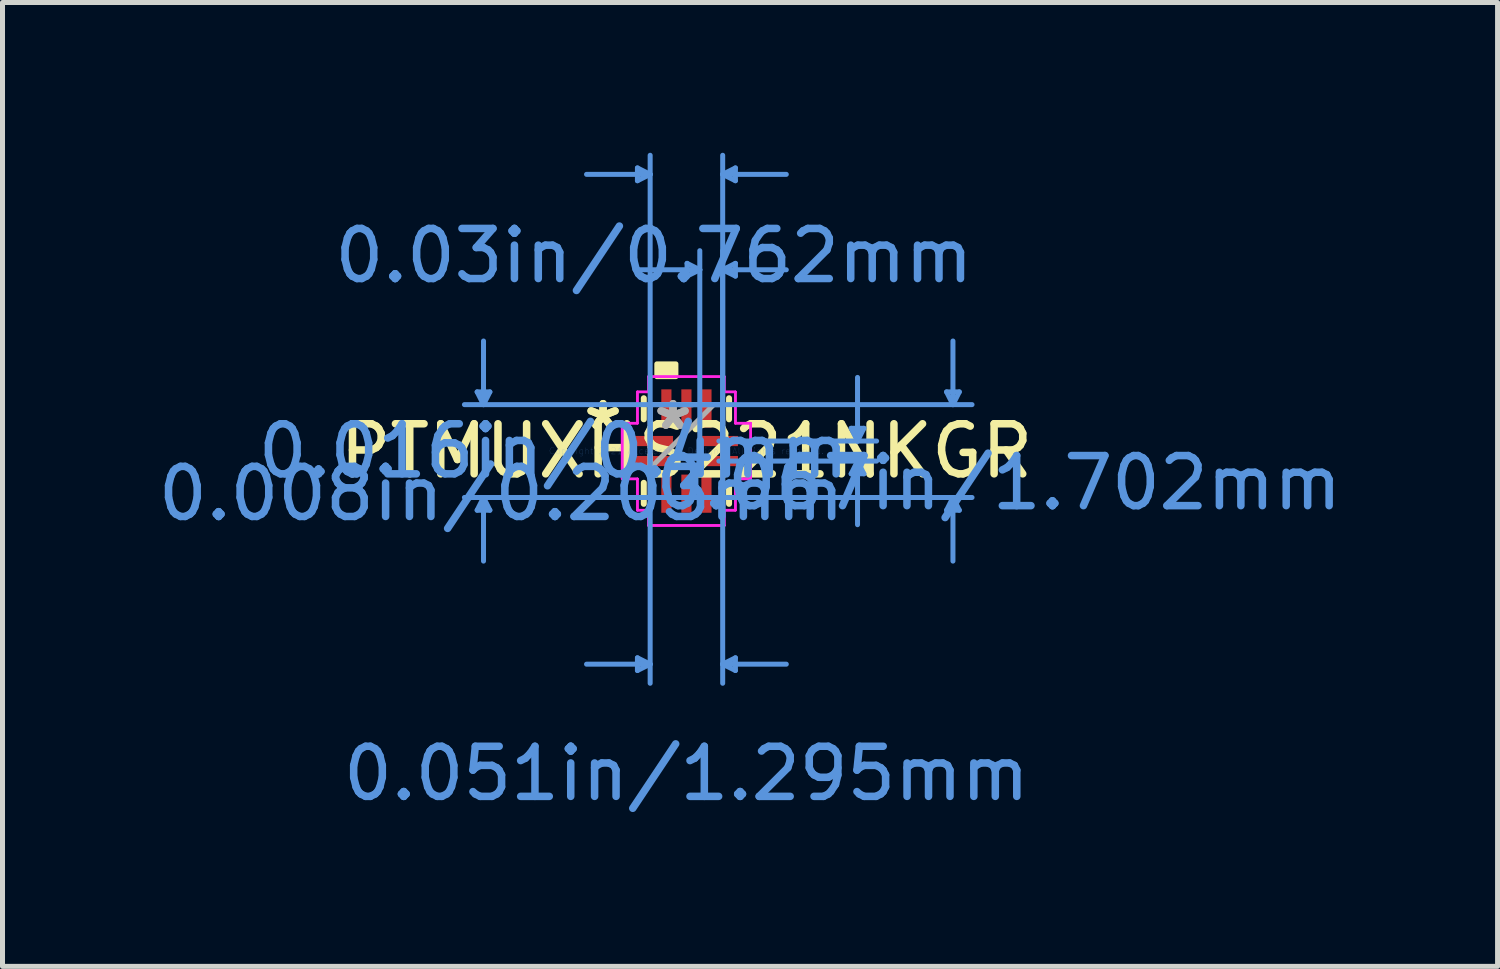
<source format=kicad_pcb>
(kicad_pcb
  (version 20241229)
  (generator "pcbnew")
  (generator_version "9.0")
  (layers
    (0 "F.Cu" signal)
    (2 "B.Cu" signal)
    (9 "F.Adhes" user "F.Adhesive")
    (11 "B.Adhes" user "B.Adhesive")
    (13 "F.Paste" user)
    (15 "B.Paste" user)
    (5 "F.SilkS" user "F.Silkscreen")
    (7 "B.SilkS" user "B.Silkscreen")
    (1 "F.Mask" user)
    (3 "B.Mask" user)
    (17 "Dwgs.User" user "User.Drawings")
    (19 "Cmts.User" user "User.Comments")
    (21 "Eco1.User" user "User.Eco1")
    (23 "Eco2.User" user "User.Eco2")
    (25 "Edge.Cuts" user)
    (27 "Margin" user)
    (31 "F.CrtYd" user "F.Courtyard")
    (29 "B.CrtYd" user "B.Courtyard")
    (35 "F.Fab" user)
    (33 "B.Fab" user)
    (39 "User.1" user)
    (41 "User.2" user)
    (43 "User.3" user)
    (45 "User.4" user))
  (footprint "PTMUXHS221NKGR"
    (layer "F.Cu")
    (at 10.654 5.955)
    (property "Reference" "PTMUXHS221NKGR" (at 0 0 0) (layer "F.SilkS") (effects (font (size 1 1) (thickness 0.15))))
    (attr through_hole)
    (fp_line (start -0.851 -1.054) (end -0.851 -0.634) (stroke (width 0.12) (type solid)) (layer "F.SilkS"))
    (fp_line (start -0.851 0.634) (end -0.851 1.054) (stroke (width 0.12) (type solid)) (layer "F.SilkS"))
    (fp_line (start 0.851 -0.634) (end 0.851 -1.054) (stroke (width 0.12) (type solid)) (layer "F.SilkS"))
    (fp_line (start 0.851 1.054) (end 0.851 0.634) (stroke (width 0.12) (type solid)) (layer "F.SilkS"))
    (fp_poly (pts (xy -0.591 -1.486) (xy -0.591 -1.74) (xy -0.21 -1.74) (xy -0.21 -1.486)) (stroke (width 0.1) (type solid)) (fill yes) (layer "F.SilkS"))
    (fp_line (start -4.178 -1.181) (end -3.924 -1.181) (stroke (width 0.1) (type solid)) (layer "Cmts.User"))
    (fp_line (start -4.178 1.181) (end -3.924 1.181) (stroke (width 0.1) (type solid)) (layer "Cmts.User"))
    (fp_line (start -4.051 -0.927) (end -4.178 -1.181) (stroke (width 0.1) (type solid)) (layer "Cmts.User"))
    (fp_line (start -4.051 -0.927) (end -4.051 -2.197) (stroke (width 0.1) (type solid)) (layer "Cmts.User"))
    (fp_line (start -4.051 -0.927) (end -3.924 -1.181) (stroke (width 0.1) (type solid)) (layer "Cmts.User"))
    (fp_line (start -4.051 0.927) (end -4.178 1.181) (stroke (width 0.1) (type solid)) (layer "Cmts.User"))
    (fp_line (start -4.051 0.927) (end -4.051 2.197) (stroke (width 0.1) (type solid)) (layer "Cmts.User"))
    (fp_line (start -4.051 0.927) (end -3.924 1.181) (stroke (width 0.1) (type solid)) (layer "Cmts.User"))
    (fp_line (start -0.978 -5.652) (end -0.978 -5.397) (stroke (width 0.1) (type solid)) (layer "Cmts.User"))
    (fp_line (start -0.978 4.128) (end -0.978 4.381) (stroke (width 0.1) (type solid)) (layer "Cmts.User"))
    (fp_line (start -0.724 -5.524) (end -1.994 -5.524) (stroke (width 0.1) (type solid)) (layer "Cmts.User"))
    (fp_line (start -0.724 -5.524) (end -0.978 -5.652) (stroke (width 0.1) (type solid)) (layer "Cmts.User"))
    (fp_line (start -0.724 -5.524) (end -0.978 -5.397) (stroke (width 0.1) (type solid)) (layer "Cmts.User"))
    (fp_line (start -0.724 -0.927) (end -0.724 4.636) (stroke (width 0.1) (type solid)) (layer "Cmts.User"))
    (fp_line (start -0.724 -0.2) (end -0.724 -5.905) (stroke (width 0.1) (type solid)) (layer "Cmts.User"))
    (fp_line (start -0.724 4.255) (end -1.994 4.255) (stroke (width 0.1) (type solid)) (layer "Cmts.User"))
    (fp_line (start -0.724 4.255) (end -0.978 4.128) (stroke (width 0.1) (type solid)) (layer "Cmts.User"))
    (fp_line (start -0.724 4.255) (end -0.978 4.381) (stroke (width 0.1) (type solid)) (layer "Cmts.User"))
    (fp_line (start 0.013 -3.747) (end 0.013 -3.493) (stroke (width 0.1) (type solid)) (layer "Cmts.User"))
    (fp_line (start 0.267 -3.619) (end -1.003 -3.619) (stroke (width 0.1) (type solid)) (layer "Cmts.User"))
    (fp_line (start 0.267 -3.619) (end 0.013 -3.747) (stroke (width 0.1) (type solid)) (layer "Cmts.User"))
    (fp_line (start 0.267 -3.619) (end 0.013 -3.493) (stroke (width 0.1) (type solid)) (layer "Cmts.User"))
    (fp_line (start 0.267 -0.2) (end 0.267 -4) (stroke (width 0.1) (type solid)) (layer "Cmts.User"))
    (fp_line (start 0.4 -0.927) (end 5.702 -0.927) (stroke (width 0.1) (type solid)) (layer "Cmts.User"))
    (fp_line (start 0.4 0.927) (end 5.702 0.927) (stroke (width 0.1) (type solid)) (layer "Cmts.User"))
    (fp_line (start 0.648 -0.2) (end 3.797 -0.2) (stroke (width 0.1) (type solid)) (layer "Cmts.User"))
    (fp_line (start 0.648 0.2) (end 3.797 0.2) (stroke (width 0.1) (type solid)) (layer "Cmts.User"))
    (fp_line (start 0.724 -5.524) (end 0.978 -5.652) (stroke (width 0.1) (type solid)) (layer "Cmts.User"))
    (fp_line (start 0.724 -5.524) (end 0.978 -5.397) (stroke (width 0.1) (type solid)) (layer "Cmts.User"))
    (fp_line (start 0.724 -5.524) (end 1.994 -5.524) (stroke (width 0.1) (type solid)) (layer "Cmts.User"))
    (fp_line (start 0.724 -3.619) (end 0.978 -3.747) (stroke (width 0.1) (type solid)) (layer "Cmts.User"))
    (fp_line (start 0.724 -3.619) (end 0.978 -3.493) (stroke (width 0.1) (type solid)) (layer "Cmts.User"))
    (fp_line (start 0.724 -3.619) (end 1.994 -3.619) (stroke (width 0.1) (type solid)) (layer "Cmts.User"))
    (fp_line (start 0.724 -0.927) (end -4.432 -0.927) (stroke (width 0.1) (type solid)) (layer "Cmts.User"))
    (fp_line (start 0.724 -0.927) (end 0.724 4.636) (stroke (width 0.1) (type solid)) (layer "Cmts.User"))
    (fp_line (start 0.724 -0.2) (end 0.724 -5.905) (stroke (width 0.1) (type solid)) (layer "Cmts.User"))
    (fp_line (start 0.724 -0.2) (end 0.724 -4) (stroke (width 0.1) (type solid)) (layer "Cmts.User"))
    (fp_line (start 0.724 0.927) (end -4.432 0.927) (stroke (width 0.1) (type solid)) (layer "Cmts.User"))
    (fp_line (start 0.724 4.255) (end 0.978 4.128) (stroke (width 0.1) (type solid)) (layer "Cmts.User"))
    (fp_line (start 0.724 4.255) (end 0.978 4.381) (stroke (width 0.1) (type solid)) (layer "Cmts.User"))
    (fp_line (start 0.724 4.255) (end 1.994 4.255) (stroke (width 0.1) (type solid)) (layer "Cmts.User"))
    (fp_line (start 0.978 -5.652) (end 0.978 -5.397) (stroke (width 0.1) (type solid)) (layer "Cmts.User"))
    (fp_line (start 0.978 -3.747) (end 0.978 -3.493) (stroke (width 0.1) (type solid)) (layer "Cmts.User"))
    (fp_line (start 0.978 4.128) (end 0.978 4.381) (stroke (width 0.1) (type solid)) (layer "Cmts.User"))
    (fp_line (start 3.289 -0.454) (end 3.543 -0.454) (stroke (width 0.1) (type solid)) (layer "Cmts.User"))
    (fp_line (start 3.289 0.454) (end 3.543 0.454) (stroke (width 0.1) (type solid)) (layer "Cmts.User"))
    (fp_line (start 3.416 -0.2) (end 3.289 -0.454) (stroke (width 0.1) (type solid)) (layer "Cmts.User"))
    (fp_line (start 3.416 -0.2) (end 3.416 -1.47) (stroke (width 0.1) (type solid)) (layer "Cmts.User"))
    (fp_line (start 3.416 -0.2) (end 3.543 -0.454) (stroke (width 0.1) (type solid)) (layer "Cmts.User"))
    (fp_line (start 3.416 0.2) (end 3.289 0.454) (stroke (width 0.1) (type solid)) (layer "Cmts.User"))
    (fp_line (start 3.416 0.2) (end 3.416 1.47) (stroke (width 0.1) (type solid)) (layer "Cmts.User"))
    (fp_line (start 3.416 0.2) (end 3.543 0.454) (stroke (width 0.1) (type solid)) (layer "Cmts.User"))
    (fp_line (start 5.194 -1.181) (end 5.448 -1.181) (stroke (width 0.1) (type solid)) (layer "Cmts.User"))
    (fp_line (start 5.194 1.181) (end 5.448 1.181) (stroke (width 0.1) (type solid)) (layer "Cmts.User"))
    (fp_line (start 5.321 -0.927) (end 5.194 -1.181) (stroke (width 0.1) (type solid)) (layer "Cmts.User"))
    (fp_line (start 5.321 -0.927) (end 5.321 -2.197) (stroke (width 0.1) (type solid)) (layer "Cmts.User"))
    (fp_line (start 5.321 -0.927) (end 5.448 -1.181) (stroke (width 0.1) (type solid)) (layer "Cmts.User"))
    (fp_line (start 5.321 0.927) (end 5.194 1.181) (stroke (width 0.1) (type solid)) (layer "Cmts.User"))
    (fp_line (start 5.321 0.927) (end 5.321 2.197) (stroke (width 0.1) (type solid)) (layer "Cmts.User"))
    (fp_line (start 5.321 0.927) (end 5.448 1.181) (stroke (width 0.1) (type solid)) (layer "Cmts.User"))
    (fp_line (start -1.283 -0.556) (end -0.978 -0.556) (stroke (width 0.05) (type solid)) (layer "F.CrtYd"))
    (fp_line (start -1.283 -0.556) (end -0.978 -0.556) (stroke (width 0.05) (type solid)) (layer "F.CrtYd"))
    (fp_line (start -1.283 0.556) (end -1.283 -0.556) (stroke (width 0.05) (type solid)) (layer "F.CrtYd"))
    (fp_line (start -1.283 0.556) (end -1.283 -0.556) (stroke (width 0.05) (type solid)) (layer "F.CrtYd"))
    (fp_line (start -0.978 -1.181) (end -0.756 -1.181) (stroke (width 0.05) (type solid)) (layer "F.CrtYd"))
    (fp_line (start -0.978 -1.181) (end -0.756 -1.181) (stroke (width 0.05) (type solid)) (layer "F.CrtYd"))
    (fp_line (start -0.978 -0.556) (end -0.978 -1.181) (stroke (width 0.05) (type solid)) (layer "F.CrtYd"))
    (fp_line (start -0.978 -0.556) (end -0.978 -1.181) (stroke (width 0.05) (type solid)) (layer "F.CrtYd"))
    (fp_line (start -0.978 0.556) (end -1.283 0.556) (stroke (width 0.05) (type solid)) (layer "F.CrtYd"))
    (fp_line (start -0.978 0.556) (end -1.283 0.556) (stroke (width 0.05) (type solid)) (layer "F.CrtYd"))
    (fp_line (start -0.978 1.181) (end -0.978 0.556) (stroke (width 0.05) (type solid)) (layer "F.CrtYd"))
    (fp_line (start -0.978 1.181) (end -0.978 0.556) (stroke (width 0.05) (type solid)) (layer "F.CrtYd"))
    (fp_line (start -0.756 -1.486) (end 0.756 -1.486) (stroke (width 0.05) (type solid)) (layer "F.CrtYd"))
    (fp_line (start -0.756 -1.486) (end 0.756 -1.486) (stroke (width 0.05) (type solid)) (layer "F.CrtYd"))
    (fp_line (start -0.756 -1.181) (end -0.756 -1.486) (stroke (width 0.05) (type solid)) (layer "F.CrtYd"))
    (fp_line (start -0.756 -1.181) (end -0.756 -1.486) (stroke (width 0.05) (type solid)) (layer "F.CrtYd"))
    (fp_line (start -0.756 1.181) (end -0.978 1.181) (stroke (width 0.05) (type solid)) (layer "F.CrtYd"))
    (fp_line (start -0.756 1.181) (end -0.978 1.181) (stroke (width 0.05) (type solid)) (layer "F.CrtYd"))
    (fp_line (start -0.756 1.486) (end -0.756 1.181) (stroke (width 0.05) (type solid)) (layer "F.CrtYd"))
    (fp_line (start -0.756 1.486) (end -0.756 1.181) (stroke (width 0.05) (type solid)) (layer "F.CrtYd"))
    (fp_line (start 0.756 -1.486) (end 0.756 -1.181) (stroke (width 0.05) (type solid)) (layer "F.CrtYd"))
    (fp_line (start 0.756 -1.486) (end 0.756 -1.181) (stroke (width 0.05) (type solid)) (layer "F.CrtYd"))
    (fp_line (start 0.756 -1.181) (end 0.978 -1.181) (stroke (width 0.05) (type solid)) (layer "F.CrtYd"))
    (fp_line (start 0.756 -1.181) (end 0.978 -1.181) (stroke (width 0.05) (type solid)) (layer "F.CrtYd"))
    (fp_line (start 0.756 1.181) (end 0.756 1.486) (stroke (width 0.05) (type solid)) (layer "F.CrtYd"))
    (fp_line (start 0.756 1.181) (end 0.756 1.486) (stroke (width 0.05) (type solid)) (layer "F.CrtYd"))
    (fp_line (start 0.756 1.486) (end -0.756 1.486) (stroke (width 0.05) (type solid)) (layer "F.CrtYd"))
    (fp_line (start 0.756 1.486) (end -0.756 1.486) (stroke (width 0.05) (type solid)) (layer "F.CrtYd"))
    (fp_line (start 0.978 -1.181) (end 0.978 -0.556) (stroke (width 0.05) (type solid)) (layer "F.CrtYd"))
    (fp_line (start 0.978 -1.181) (end 0.978 -0.556) (stroke (width 0.05) (type solid)) (layer "F.CrtYd"))
    (fp_line (start 0.978 -0.556) (end 1.283 -0.556) (stroke (width 0.05) (type solid)) (layer "F.CrtYd"))
    (fp_line (start 0.978 -0.556) (end 1.283 -0.556) (stroke (width 0.05) (type solid)) (layer "F.CrtYd"))
    (fp_line (start 0.978 0.556) (end 0.978 1.181) (stroke (width 0.05) (type solid)) (layer "F.CrtYd"))
    (fp_line (start 0.978 0.556) (end 0.978 1.181) (stroke (width 0.05) (type solid)) (layer "F.CrtYd"))
    (fp_line (start 0.978 1.181) (end 0.756 1.181) (stroke (width 0.05) (type solid)) (layer "F.CrtYd"))
    (fp_line (start 0.978 1.181) (end 0.756 1.181) (stroke (width 0.05) (type solid)) (layer "F.CrtYd"))
    (fp_line (start 1.283 -0.556) (end 1.283 0.556) (stroke (width 0.05) (type solid)) (layer "F.CrtYd"))
    (fp_line (start 1.283 -0.556) (end 1.283 0.556) (stroke (width 0.05) (type solid)) (layer "F.CrtYd"))
    (fp_line (start 1.283 0.556) (end 0.978 0.556) (stroke (width 0.05) (type solid)) (layer "F.CrtYd"))
    (fp_line (start 1.283 0.556) (end 0.978 0.556) (stroke (width 0.05) (type solid)) (layer "F.CrtYd"))
    (fp_line (start -0.724 -0.927) (end -0.724 -0.927) (stroke (width 0.1) (type solid)) (layer "F.Fab"))
    (fp_line (start -0.724 -0.927) (end -0.724 0.927) (stroke (width 0.1) (type solid)) (layer "F.Fab"))
    (fp_line (start -0.724 -0.327) (end -0.724 -0.327) (stroke (width 0.1) (type solid)) (layer "F.Fab"))
    (fp_line (start -0.724 -0.327) (end -0.724 -0.073) (stroke (width 0.1) (type solid)) (layer "F.Fab"))
    (fp_line (start -0.724 -0.073) (end -0.724 -0.327) (stroke (width 0.1) (type solid)) (layer "F.Fab"))
    (fp_line (start -0.724 -0.073) (end -0.724 -0.073) (stroke (width 0.1) (type solid)) (layer "F.Fab"))
    (fp_line (start -0.724 0.073) (end -0.724 0.073) (stroke (width 0.1) (type solid)) (layer "F.Fab"))
    (fp_line (start -0.724 0.073) (end -0.724 0.327) (stroke (width 0.1) (type solid)) (layer "F.Fab"))
    (fp_line (start -0.724 0.327) (end -0.724 0.073) (stroke (width 0.1) (type solid)) (layer "F.Fab"))
    (fp_line (start -0.724 0.327) (end -0.724 0.327) (stroke (width 0.1) (type solid)) (layer "F.Fab"))
    (fp_line (start -0.724 0.343) (end 0.546 -0.927) (stroke (width 0.1) (type solid)) (layer "F.Fab"))
    (fp_line (start -0.724 0.927) (end -0.724 0.927) (stroke (width 0.1) (type solid)) (layer "F.Fab"))
    (fp_line (start -0.724 0.927) (end 0.724 0.927) (stroke (width 0.1) (type solid)) (layer "F.Fab"))
    (fp_line (start -0.527 -0.927) (end -0.527 -0.927) (stroke (width 0.1) (type solid)) (layer "F.Fab"))
    (fp_line (start -0.527 -0.927) (end -0.273 -0.927) (stroke (width 0.1) (type solid)) (layer "F.Fab"))
    (fp_line (start -0.527 0.927) (end -0.527 0.927) (stroke (width 0.1) (type solid)) (layer "F.Fab"))
    (fp_line (start -0.527 0.927) (end -0.273 0.927) (stroke (width 0.1) (type solid)) (layer "F.Fab"))
    (fp_line (start -0.273 -0.927) (end -0.527 -0.927) (stroke (width 0.1) (type solid)) (layer "F.Fab"))
    (fp_line (start -0.273 -0.927) (end -0.273 -0.927) (stroke (width 0.1) (type solid)) (layer "F.Fab"))
    (fp_line (start -0.273 0.927) (end -0.527 0.927) (stroke (width 0.1) (type solid)) (layer "F.Fab"))
    (fp_line (start -0.273 0.927) (end -0.273 0.927) (stroke (width 0.1) (type solid)) (layer "F.Fab"))
    (fp_line (start -0.127 -0.927) (end -0.127 -0.927) (stroke (width 0.1) (type solid)) (layer "F.Fab"))
    (fp_line (start -0.127 -0.927) (end 0.127 -0.927) (stroke (width 0.1) (type solid)) (layer "F.Fab"))
    (fp_line (start -0.127 0.927) (end -0.127 0.927) (stroke (width 0.1) (type solid)) (layer "F.Fab"))
    (fp_line (start -0.127 0.927) (end 0.127 0.927) (stroke (width 0.1) (type solid)) (layer "F.Fab"))
    (fp_line (start 0.127 -0.927) (end -0.127 -0.927) (stroke (width 0.1) (type solid)) (layer "F.Fab"))
    (fp_line (start 0.127 -0.927) (end 0.127 -0.927) (stroke (width 0.1) (type solid)) (layer "F.Fab"))
    (fp_line (start 0.127 0.927) (end -0.127 0.927) (stroke (width 0.1) (type solid)) (layer "F.Fab"))
    (fp_line (start 0.127 0.927) (end 0.127 0.927) (stroke (width 0.1) (type solid)) (layer "F.Fab"))
    (fp_line (start 0.273 -0.927) (end 0.273 -0.927) (stroke (width 0.1) (type solid)) (layer "F.Fab"))
    (fp_line (start 0.273 -0.927) (end 0.527 -0.927) (stroke (width 0.1) (type solid)) (layer "F.Fab"))
    (fp_line (start 0.273 0.927) (end 0.273 0.927) (stroke (width 0.1) (type solid)) (layer "F.Fab"))
    (fp_line (start 0.273 0.927) (end 0.527 0.927) (stroke (width 0.1) (type solid)) (layer "F.Fab"))
    (fp_line (start 0.527 -0.927) (end 0.273 -0.927) (stroke (width 0.1) (type solid)) (layer "F.Fab"))
    (fp_line (start 0.527 -0.927) (end 0.527 -0.927) (stroke (width 0.1) (type solid)) (layer "F.Fab"))
    (fp_line (start 0.527 0.927) (end 0.273 0.927) (stroke (width 0.1) (type solid)) (layer "F.Fab"))
    (fp_line (start 0.527 0.927) (end 0.527 0.927) (stroke (width 0.1) (type solid)) (layer "F.Fab"))
    (fp_line (start 0.724 -0.927) (end -0.724 -0.927) (stroke (width 0.1) (type solid)) (layer "F.Fab"))
    (fp_line (start 0.724 -0.927) (end 0.724 -0.927) (stroke (width 0.1) (type solid)) (layer "F.Fab"))
    (fp_line (start 0.724 -0.327) (end 0.724 -0.327) (stroke (width 0.1) (type solid)) (layer "F.Fab"))
    (fp_line (start 0.724 -0.327) (end 0.724 -0.073) (stroke (width 0.1) (type solid)) (layer "F.Fab"))
    (fp_line (start 0.724 -0.073) (end 0.724 -0.327) (stroke (width 0.1) (type solid)) (layer "F.Fab"))
    (fp_line (start 0.724 -0.073) (end 0.724 -0.073) (stroke (width 0.1) (type solid)) (layer "F.Fab"))
    (fp_line (start 0.724 0.073) (end 0.724 0.073) (stroke (width 0.1) (type solid)) (layer "F.Fab"))
    (fp_line (start 0.724 0.073) (end 0.724 0.327) (stroke (width 0.1) (type solid)) (layer "F.Fab"))
    (fp_line (start 0.724 0.327) (end 0.724 0.073) (stroke (width 0.1) (type solid)) (layer "F.Fab"))
    (fp_line (start 0.724 0.327) (end 0.724 0.327) (stroke (width 0.1) (type solid)) (layer "F.Fab"))
    (fp_line (start 0.724 0.927) (end 0.724 -0.927) (stroke (width 0.1) (type solid)) (layer "F.Fab"))
    (fp_line (start 0.724 0.927) (end 0.724 0.927) (stroke (width 0.1) (type solid)) (layer "F.Fab"))
    (fp_text user "*" (at -1.664 -0.4 0) (layer "F.SilkS") (effects (font (size 1 1) (thickness 0.15))))
    (fp_text user "*" (at -1.664 -0.4 0) (layer "F.SilkS") (effects (font (size 1 1) (thickness 0.15))))
    (fp_text user "0.051in/1.295mm" (at 0 6.439 0) (layer "Cmts.User") (effects (font (size 1 1) (thickness 0.15))))
    (fp_text user "0.067in/1.702mm" (at 6.236 0.635 0) (layer "Cmts.User") (effects (font (size 1 1) (thickness 0.15))))
    (fp_text user "0.03in/0.762mm" (at -0.648 -3.899 0) (layer "Cmts.User") (effects (font (size 1 1) (thickness 0.15))))
    (fp_text user "0.016in/0.4mm" (at -2.654 0 0) (layer "Cmts.User") (effects (font (size 1 1) (thickness 0.15))))
    (fp_text user "0.008in/0.203mm" (at -3.696 0.851 0) (layer "Cmts.User") (effects (font (size 1 1) (thickness 0.15))))
    (fp_text user "Copyright 2021 Accelerated Designs. All rights reserved." (at 0 0 0) (layer "Cmts.User") (effects (font (size 0.127 0.127) (thickness 0.002))))
    (fp_text user "*" (at -0.267 -0.4 0) (layer "F.Fab") (effects (font (size 1 1) (thickness 0.15))))
    (fp_text user "*" (at -0.267 -0.4 0) (layer "F.Fab") (effects (font (size 1 1) (thickness 0.15))))
    (pad "1" smd rect (at -0.648 -0.2 90) (size 0.203 0.762) (layers "F.Cu" "F.Mask" "F.Paste"))
    (pad "2" smd rect (at -0.648 0.2 90) (size 0.203 0.762) (layers "F.Cu" "F.Mask" "F.Paste"))
    (pad "3" smd rect (at -0.4 0.851) (size 0.203 0.762) (layers "F.Cu" "F.Mask" "F.Paste"))
    (pad "4" smd rect (at 0 0.851) (size 0.203 0.762) (layers "F.Cu" "F.Mask" "F.Paste"))
    (pad "5" smd rect (at 0.4 0.851) (size 0.203 0.762) (layers "F.Cu" "F.Mask" "F.Paste"))
    (pad "6" smd rect (at 0.648 0.2 90) (size 0.203 0.762) (layers "F.Cu" "F.Mask" "F.Paste"))
    (pad "7" smd rect (at 0.648 -0.2 90) (size 0.203 0.762) (layers "F.Cu" "F.Mask" "F.Paste"))
    (pad "8" smd rect (at 0.4 -0.851) (size 0.203 0.762) (layers "F.Cu" "F.Mask" "F.Paste"))
    (pad "9" smd rect (at 0 -0.851) (size 0.203 0.762) (layers "F.Cu" "F.Mask" "F.Paste"))
    (pad "10" smd rect (at -0.4 -0.851) (size 0.203 0.762) (layers "F.Cu" "F.Mask" "F.Paste")))
  (gr_rect
    (start -3 -3)
    (end 26.848 16.243)
    (stroke (width 0.1) (type default))
    (fill no)
    (layer "Edge.Cuts")))
</source>
